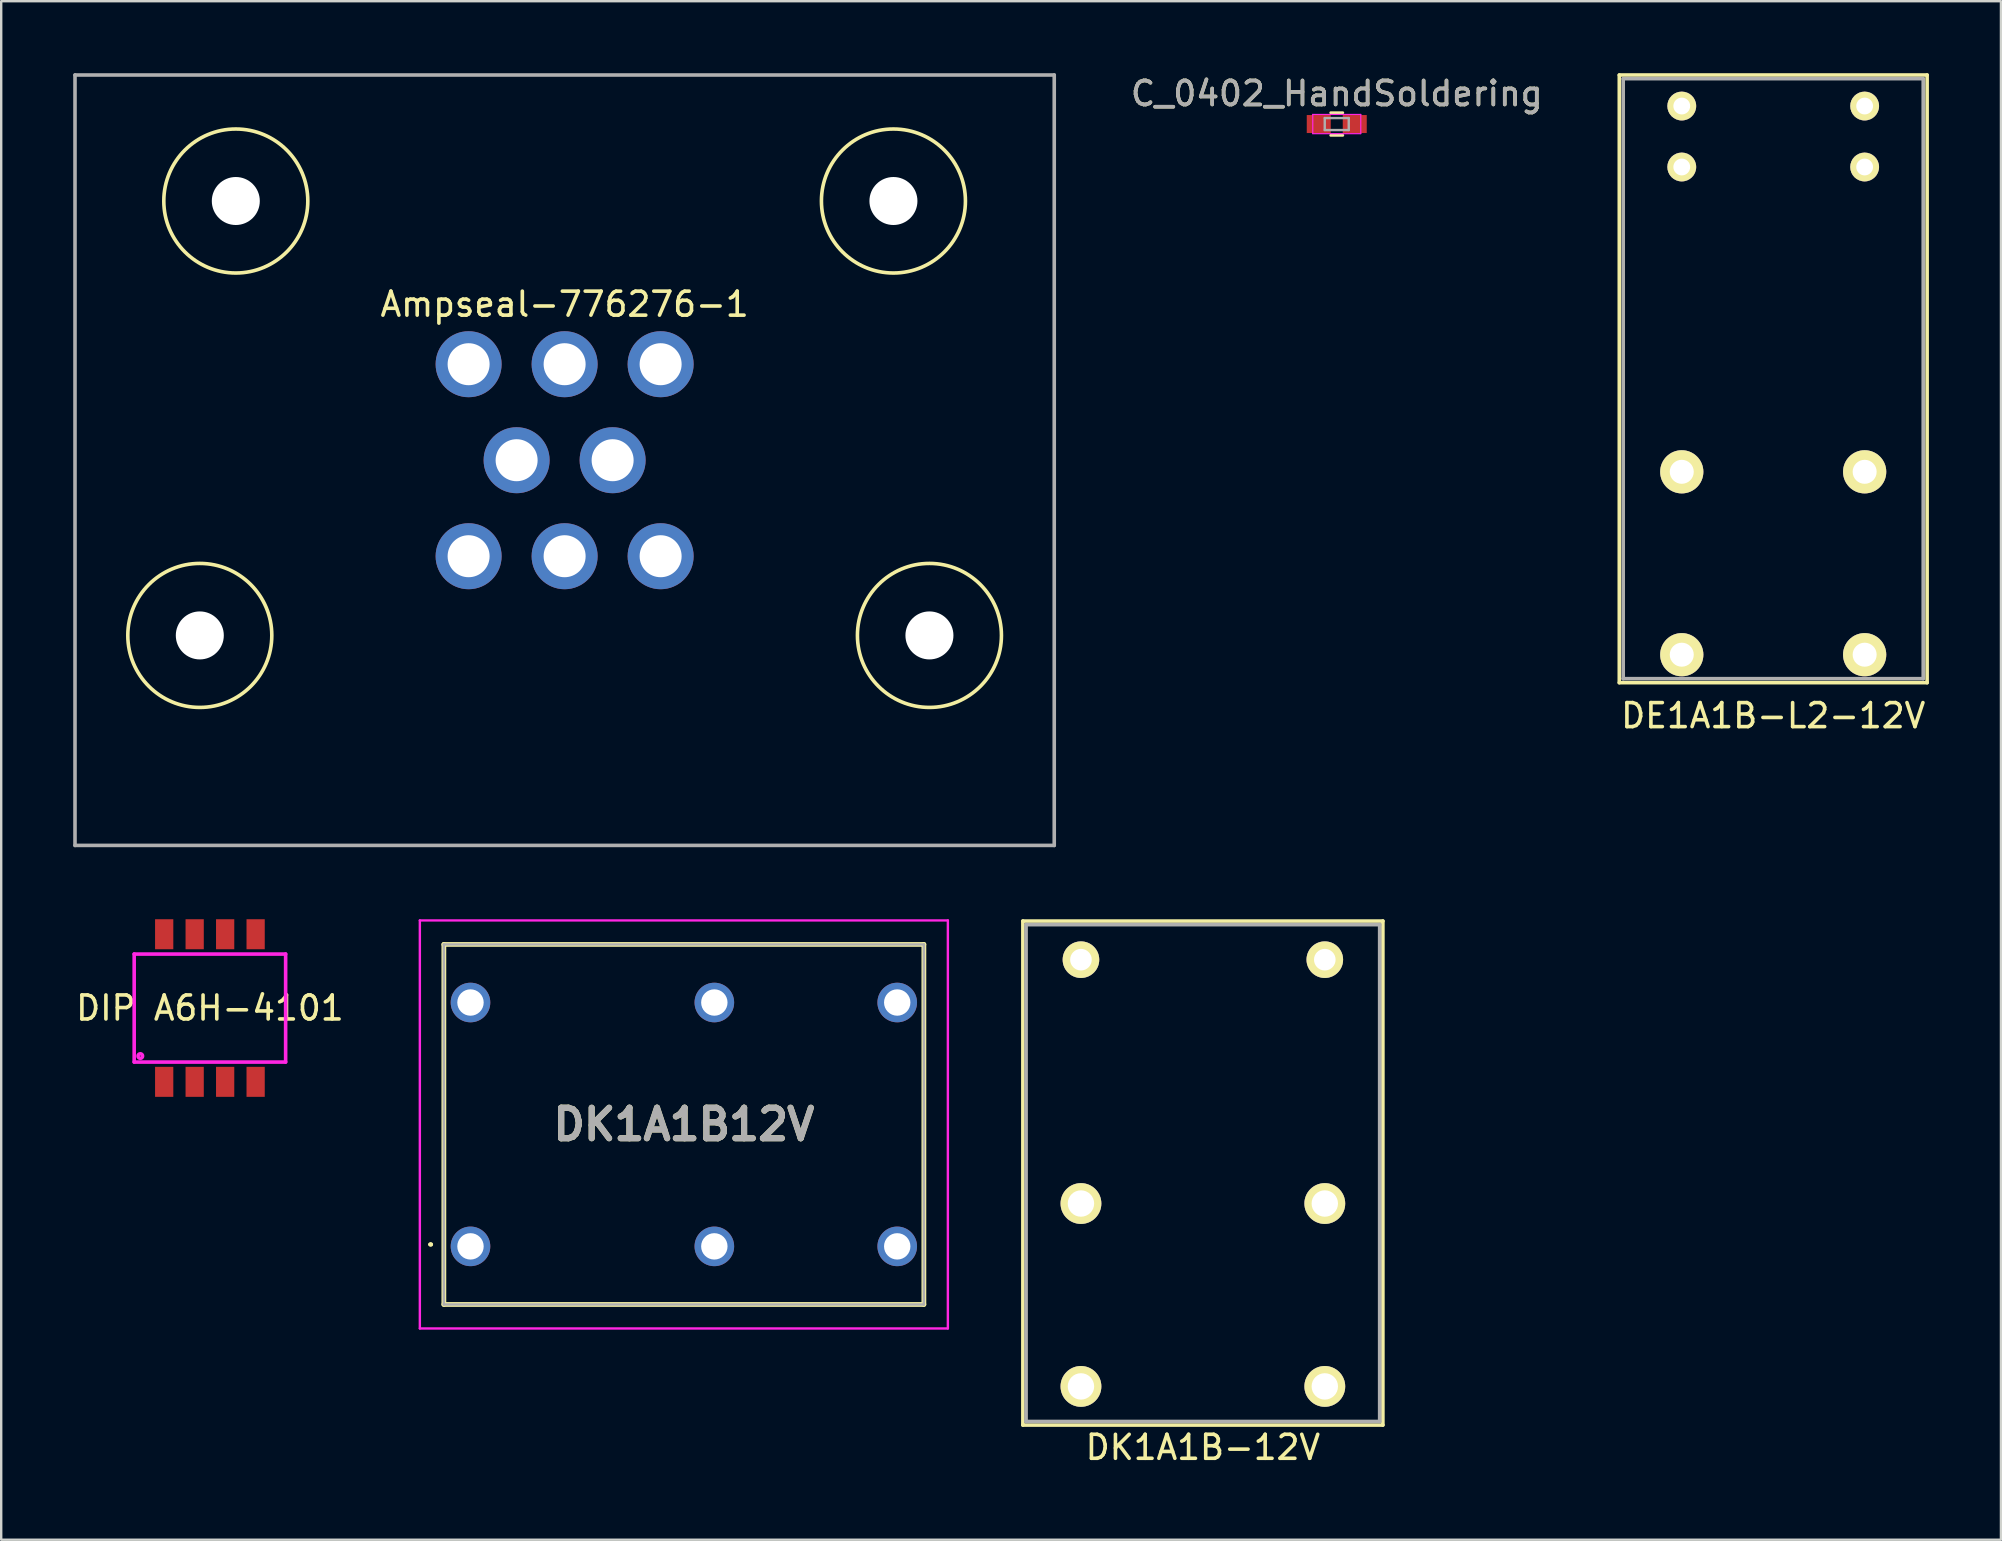
<source format=kicad_pcb>
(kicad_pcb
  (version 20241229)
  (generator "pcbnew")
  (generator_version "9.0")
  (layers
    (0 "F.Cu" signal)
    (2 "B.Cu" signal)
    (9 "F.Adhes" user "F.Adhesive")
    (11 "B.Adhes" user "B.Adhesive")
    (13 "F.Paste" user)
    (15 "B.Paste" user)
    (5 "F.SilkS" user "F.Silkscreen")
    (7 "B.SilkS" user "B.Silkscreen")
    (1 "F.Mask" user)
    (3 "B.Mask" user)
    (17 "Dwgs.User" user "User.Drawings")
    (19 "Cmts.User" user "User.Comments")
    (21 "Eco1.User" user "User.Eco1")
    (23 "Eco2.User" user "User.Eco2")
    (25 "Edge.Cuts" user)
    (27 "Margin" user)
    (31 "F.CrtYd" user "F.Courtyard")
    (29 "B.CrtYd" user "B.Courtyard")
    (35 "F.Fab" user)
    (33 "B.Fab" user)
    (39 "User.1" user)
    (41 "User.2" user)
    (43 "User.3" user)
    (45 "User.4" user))
  (footprint "Ampseal-776276-1"
    (layer "F.Cu")
    (at 20.475 16.125)
    (property "Reference" "Ampseal-776276-1" (at 0 -6.5 0) (layer "F.SilkS") (effects (font (size 1 1) (thickness 0.15))))
    (attr through_hole)
    (fp_circle (center -15.2 7.3) (end -15.2 10.3) (stroke (width 0.15) (type solid)) (fill no) (layer "F.SilkS"))
    (fp_circle (center -13.7 -10.8) (end -10.7 -10.8) (stroke (width 0.15) (type solid)) (fill no) (layer "F.SilkS"))
    (fp_circle (center 13.7 -10.8) (end 16.7 -10.8) (stroke (width 0.15) (type solid)) (fill no) (layer "F.SilkS"))
    (fp_circle (center 15.2 7.3) (end 15.2 10.3) (stroke (width 0.15) (type solid)) (fill no) (layer "F.SilkS"))
    (fp_line (start -20.4 -16.05) (end 20.4 -16.05) (stroke (width 0.15) (type solid)) (layer "F.Fab"))
    (fp_line (start -20.4 16.05) (end -20.4 -16.05) (stroke (width 0.15) (type solid)) (layer "F.Fab"))
    (fp_line (start -20.4 16.05) (end 20.4 16.05) (stroke (width 0.15) (type solid)) (layer "F.Fab"))
    (fp_line (start 20.4 16.05) (end 20.4 -16.05) (stroke (width 0.15) (type solid)) (layer "F.Fab"))
    (pad "" np_thru_hole circle (at -15.2 7.3) (size 2 2) (drill 2) (layers "*.Cu" "*.Mask"))
    (pad "" np_thru_hole circle (at -13.7 -10.8) (size 2 2) (drill 2) (layers "*.Cu" "*.Mask"))
    (pad "" np_thru_hole circle (at 13.7 -10.8) (size 2 2) (drill 2) (layers "*.Cu" "*.Mask"))
    (pad "" np_thru_hole circle (at 15.2 7.3) (size 2 2) (drill 2) (layers "*.Cu" "*.Mask"))
    (pad "1" thru_hole circle (at -4 -4) (size 2.75 2.75) (drill 1.75) (layers "*.Cu" "*.Mask"))
    (pad "2" thru_hole circle (at 0 -4) (size 2.75 2.75) (drill 1.75) (layers "*.Cu" "*.Mask"))
    (pad "3" thru_hole circle (at 4 -4) (size 2.75 2.75) (drill 1.75) (layers "*.Cu" "*.Mask"))
    (pad "4" thru_hole circle (at -2 0) (size 2.75 2.75) (drill 1.75) (layers "*.Cu" "*.Mask"))
    (pad "5" thru_hole circle (at 2 0) (size 2.75 2.75) (drill 1.75) (layers "*.Cu" "*.Mask"))
    (pad "6" thru_hole circle (at -4 4) (size 2.75 2.75) (drill 1.75) (layers "*.Cu" "*.Mask"))
    (pad "7" thru_hole circle (at 0 4) (size 2.75 2.75) (drill 1.75) (layers "*.Cu" "*.Mask"))
    (pad "8" thru_hole circle (at 4 4) (size 2.75 2.75) (drill 1.75) (layers "*.Cu" "*.Mask")))
  (footprint "DK1A1B12V"
    (layer "F.Cu")
    (at 16.553 48.88)
    (property "Reference" "DK1A1B12V" (at 8.89 -5.08 0) (layer "F.SilkS") (effects (font (size 1.27 1.27) (thickness 0.254))))
    (attr through_hole)
    (fp_line (start -1.71 -0.08) (end -1.71 -0.08) (stroke (width 0.1) (type solid)) (layer "F.SilkS"))
    (fp_line (start -1.61 -0.08) (end -1.61 -0.08) (stroke (width 0.1) (type solid)) (layer "F.SilkS"))
    (fp_line (start -1.11 -12.58) (end -1.11 2.42) (stroke (width 0.2) (type solid)) (layer "F.SilkS"))
    (fp_line (start -1.11 2.42) (end 18.89 2.42) (stroke (width 0.2) (type solid)) (layer "F.SilkS"))
    (fp_line (start 18.89 -12.58) (end -1.11 -12.58) (stroke (width 0.2) (type solid)) (layer "F.SilkS"))
    (fp_line (start 18.89 2.42) (end 18.89 -12.58) (stroke (width 0.2) (type solid)) (layer "F.SilkS"))
    (fp_arc (start -1.71 -0.08) (mid -1.66 -0.13) (end -1.61 -0.08) (stroke (width 0.1) (type solid)) (layer "F.SilkS"))
    (fp_arc (start -1.61 -0.08) (mid -1.66 -0.03) (end -1.71 -0.08) (stroke (width 0.1) (type solid)) (layer "F.SilkS"))
    (fp_line (start -2.11 -13.58) (end -2.11 3.42) (stroke (width 0.1) (type solid)) (layer "F.CrtYd"))
    (fp_line (start -2.11 3.42) (end 19.89 3.42) (stroke (width 0.1) (type solid)) (layer "F.CrtYd"))
    (fp_line (start 19.89 -13.58) (end -2.11 -13.58) (stroke (width 0.1) (type solid)) (layer "F.CrtYd"))
    (fp_line (start 19.89 3.42) (end 19.89 -13.58) (stroke (width 0.1) (type solid)) (layer "F.CrtYd"))
    (fp_line (start -1.11 -12.58) (end -1.11 2.42) (stroke (width 0.1) (type solid)) (layer "F.Fab"))
    (fp_line (start -1.11 2.42) (end 18.89 2.42) (stroke (width 0.1) (type solid)) (layer "F.Fab"))
    (fp_line (start 18.89 -12.58) (end -1.11 -12.58) (stroke (width 0.1) (type solid)) (layer "F.Fab"))
    (fp_line (start 18.89 2.42) (end 18.89 -12.58) (stroke (width 0.1) (type solid)) (layer "F.Fab"))
    (fp_text user "${REFERENCE}" (at 8.89 -5.08 0) (layer "F.Fab") (effects (font (size 1.27 1.27) (thickness 0.254))))
    (pad "1" thru_hole circle (at 0 0) (size 1.65 1.65) (drill 1.1) (layers "*.Cu" "*.Mask"))
    (pad "3" thru_hole circle (at 10.16 0) (size 1.65 1.65) (drill 1.1) (layers "*.Cu" "*.Mask"))
    (pad "4" thru_hole circle (at 17.78 0) (size 1.65 1.65) (drill 1.1) (layers "*.Cu" "*.Mask"))
    (pad "5" thru_hole circle (at 17.78 -10.16) (size 1.65 1.65) (drill 1.1) (layers "*.Cu" "*.Mask"))
    (pad "6" thru_hole circle (at 10.16 -10.16) (size 1.65 1.65) (drill 1.1) (layers "*.Cu" "*.Mask"))
    (pad "8" thru_hole circle (at 0 -10.16) (size 1.65 1.65) (drill 1.1) (layers "*.Cu" "*.Mask")))
  (footprint "C_0402_HandSoldering"
    (layer "F.Cu")
    (at 52.646 2.118)
    (property "Reference" "C_0402_HandSoldering" (at 0 -1.27 0) (layer "F.SilkS") (effects (font (size 1 1) (thickness 0.15))))
    (attr smd)
    (fp_line (start -0.25 0.47) (end 0.25 0.47) (stroke (width 0.12) (type solid)) (layer "F.SilkS"))
    (fp_line (start 0.25 -0.47) (end -0.25 -0.47) (stroke (width 0.12) (type solid)) (layer "F.SilkS"))
    (fp_line (start -1 -0.4) (end -1 0.4) (stroke (width 0.05) (type solid)) (layer "F.CrtYd"))
    (fp_line (start -1 -0.4) (end 1 -0.4) (stroke (width 0.05) (type solid)) (layer "F.CrtYd"))
    (fp_line (start 1 0.4) (end -1 0.4) (stroke (width 0.05) (type solid)) (layer "F.CrtYd"))
    (fp_line (start 1 0.4) (end 1 -0.4) (stroke (width 0.05) (type solid)) (layer "F.CrtYd"))
    (fp_line (start -0.5 -0.25) (end 0.5 -0.25) (stroke (width 0.1) (type solid)) (layer "F.Fab"))
    (fp_line (start -0.5 0.25) (end -0.5 -0.25) (stroke (width 0.1) (type solid)) (layer "F.Fab"))
    (fp_line (start 0.5 -0.25) (end 0.5 0.25) (stroke (width 0.1) (type solid)) (layer "F.Fab"))
    (fp_line (start 0.5 0.25) (end -0.5 0.25) (stroke (width 0.1) (type solid)) (layer "F.Fab"))
    (fp_text user "${REFERENCE}" (at 0 -1.27 0) (layer "F.Fab") (effects (font (size 1 1) (thickness 0.15))))
    (pad "1" smd rect (at -0.75 0) (size 1 0.75) (layers "F.Cu" "F.Mask" "F.Paste"))
    (pad "2" smd rect (at 0.75 0) (size 1 0.75) (layers "F.Cu" "F.Mask" "F.Paste")))
  (footprint "DK1A1B-12V"
    (layer "F.Cu")
    (at 47.068 47.095)
    (property "Reference" "DK1A1B-12V" (at 0 10.16 0) (layer "F.SilkS") (effects (font (size 1 1) (thickness 0.15))))
    (attr through_hole)
    (fp_line (start -7.5 -11.77) (end 7.5 -11.77) (stroke (width 0.15) (type solid)) (layer "F.SilkS"))
    (fp_line (start -7.5 9.23) (end -7.5 -11.77) (stroke (width 0.15) (type solid)) (layer "F.SilkS"))
    (fp_line (start 7.5 -11.77) (end 7.5 9.23) (stroke (width 0.15) (type solid)) (layer "F.SilkS"))
    (fp_line (start 7.5 9.23) (end -7.5 9.23) (stroke (width 0.15) (type solid)) (layer "F.SilkS"))
    (fp_line (start -7.366 -11.62) (end 7.366 -11.62) (stroke (width 0.15) (type solid)) (layer "F.Fab"))
    (fp_line (start -7.366 9.081) (end -7.366 -11.62) (stroke (width 0.15) (type solid)) (layer "F.Fab"))
    (fp_line (start 7.366 -11.62) (end 7.366 9.081) (stroke (width 0.15) (type solid)) (layer "F.Fab"))
    (fp_line (start 7.366 9.081) (end -7.366 9.081) (stroke (width 0.15) (type solid)) (layer "F.Fab"))
    (pad "1" thru_hole circle (at -5.08 -10.16) (size 1.524 1.524) (drill 0.9) (layers "*.Cu" "*.Mask" "F.SilkS"))
    (pad "3" thru_hole circle (at -5.08 0) (size 1.7 1.7) (drill 1.1) (layers "*.Cu" "*.Mask" "F.SilkS"))
    (pad "4" thru_hole circle (at -5.08 7.62) (size 1.7 1.7) (drill 1.1) (layers "*.Cu" "*.Mask" "F.SilkS"))
    (pad "5" thru_hole circle (at 5.08 7.62) (size 1.7 1.7) (drill 1.1) (layers "*.Cu" "*.Mask" "F.SilkS"))
    (pad "6" thru_hole circle (at 5.08 0) (size 1.7 1.7) (drill 1.1) (layers "*.Cu" "*.Mask" "F.SilkS"))
    (pad "8" thru_hole circle (at 5.08 -10.16) (size 1.524 1.524) (drill 0.9) (layers "*.Cu" "*.Mask" "F.SilkS")))
  (footprint "DIP A6H-4101"
    (layer "F.Cu")
    (at 5.696 38.95)
    (property "Reference" "DIP A6H-4101" (at 0 0 0) (layer "F.SilkS") (effects (font (size 1 1) (thickness 0.15))))
    (attr through_hole)
    (fp_line (start -3.155 -2.25) (end 3.155 -2.25) (stroke (width 0.15) (type solid)) (layer "F.CrtYd"))
    (fp_line (start -3.155 2.25) (end -3.155 -2.25) (stroke (width 0.15) (type solid)) (layer "F.CrtYd"))
    (fp_line (start -3.155 2.25) (end 3.155 2.25) (stroke (width 0.15) (type solid)) (layer "F.CrtYd"))
    (fp_line (start 3.155 2.25) (end 3.155 -2.25) (stroke (width 0.15) (type solid)) (layer "F.CrtYd"))
    (fp_circle (center -2.9 2) (end -2.9 1.98) (stroke (width 0.15) (type solid)) (fill no) (layer "F.CrtYd"))
    (pad "1" smd rect (at -1.905 3.075) (size 0.76 1.25) (layers "F.Cu" "F.Mask" "F.Paste"))
    (pad "2" smd rect (at -0.635 3.075) (size 0.76 1.25) (layers "F.Cu" "F.Mask" "F.Paste"))
    (pad "3" smd rect (at 0.635 3.075) (size 0.76 1.25) (layers "F.Cu" "F.Mask" "F.Paste"))
    (pad "4" smd rect (at 1.905 3.075) (size 0.76 1.25) (layers "F.Cu" "F.Mask" "F.Paste"))
    (pad "5" smd rect (at 1.905 -3.075) (size 0.76 1.25) (layers "F.Cu" "F.Mask" "F.Paste"))
    (pad "6" smd rect (at 0.635 -3.075) (size 0.76 1.25) (layers "F.Cu" "F.Mask" "F.Paste"))
    (pad "7" smd rect (at -0.635 -3.075) (size 0.76 1.25) (layers "F.Cu" "F.Mask" "F.Paste"))
    (pad "8" smd rect (at -1.905 -3.075) (size 0.76 1.25) (layers "F.Cu" "F.Mask" "F.Paste")))
  (footprint "DE1A1B-L2-12V"
    (layer "F.Cu")
    (at 67.021 16.608)
    (property "Reference" "DE1A1B-L2-12V" (at 3.81 10.16 0) (layer "F.SilkS") (effects (font (size 1 1) (thickness 0.15))))
    (attr through_hole)
    (fp_line (start -2.603 -16.532) (end 10.223 -16.532) (stroke (width 0.15) (type solid)) (layer "F.SilkS"))
    (fp_line (start -2.603 8.786) (end -2.603 -16.532) (stroke (width 0.15) (type solid)) (layer "F.SilkS"))
    (fp_line (start 10.223 -16.532) (end 10.223 8.786) (stroke (width 0.15) (type solid)) (layer "F.SilkS"))
    (fp_line (start 10.223 8.786) (end -2.603 8.786) (stroke (width 0.15) (type solid)) (layer "F.SilkS"))
    (fp_line (start -2.44 -16.38) (end 10.06 -16.38) (stroke (width 0.15) (type solid)) (layer "F.Fab"))
    (fp_line (start -2.44 8.62) (end -2.44 -16.38) (stroke (width 0.15) (type solid)) (layer "F.Fab"))
    (fp_line (start 10.06 -16.38) (end 10.06 8.62) (stroke (width 0.15) (type solid)) (layer "F.Fab"))
    (fp_line (start 10.06 8.62) (end -2.44 8.62) (stroke (width 0.15) (type solid)) (layer "F.Fab"))
    (pad "1" thru_hole circle (at 0 -15.24) (size 1.2 1.2) (drill 0.7) (layers "*.Cu" "*.Mask" "F.SilkS"))
    (pad "2" thru_hole circle (at 0 -12.7) (size 1.2 1.2) (drill 0.7) (layers "*.Cu" "*.Mask" "F.SilkS"))
    (pad "3" thru_hole circle (at 0 0) (size 1.8 1.8) (drill 1) (layers "*.Cu" "*.Mask" "F.SilkS"))
    (pad "4" thru_hole circle (at 0 7.62) (size 1.8 1.8) (drill 1) (layers "*.Cu" "*.Mask" "F.SilkS"))
    (pad "5" thru_hole circle (at 7.62 7.62) (size 1.8 1.8) (drill 1) (layers "*.Cu" "*.Mask" "F.SilkS"))
    (pad "6" thru_hole circle (at 7.62 0) (size 1.8 1.8) (drill 1) (layers "*.Cu" "*.Mask" "F.SilkS"))
    (pad "7" thru_hole circle (at 7.62 -12.7) (size 1.2 1.2) (drill 0.7) (layers "*.Cu" "*.Mask" "F.SilkS"))
    (pad "8" thru_hole circle (at 7.62 -15.24) (size 1.2 1.2) (drill 0.7) (layers "*.Cu" "*.Mask" "F.SilkS")))
  (gr_rect
    (start -3 -3)
    (end 80.32 61.103)
    (stroke (width 0.1) (type default))
    (fill no)
    (layer "Edge.Cuts")))
</source>
